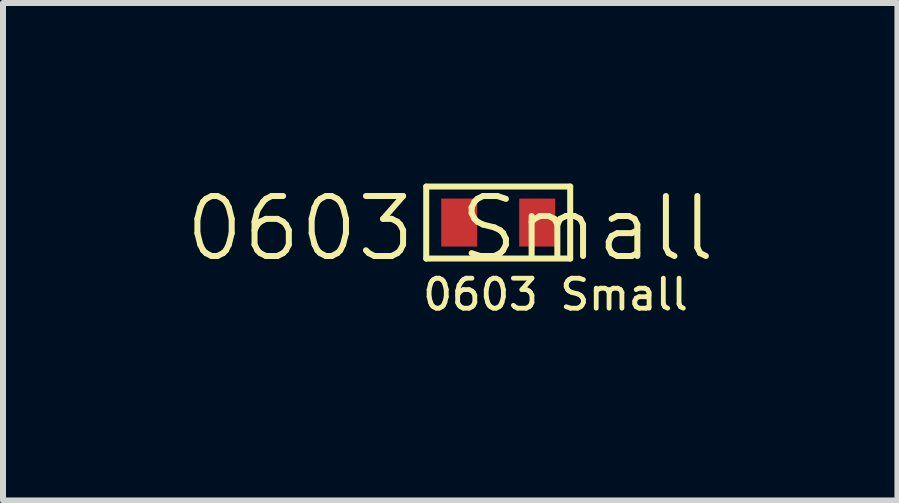
<source format=kicad_pcb>
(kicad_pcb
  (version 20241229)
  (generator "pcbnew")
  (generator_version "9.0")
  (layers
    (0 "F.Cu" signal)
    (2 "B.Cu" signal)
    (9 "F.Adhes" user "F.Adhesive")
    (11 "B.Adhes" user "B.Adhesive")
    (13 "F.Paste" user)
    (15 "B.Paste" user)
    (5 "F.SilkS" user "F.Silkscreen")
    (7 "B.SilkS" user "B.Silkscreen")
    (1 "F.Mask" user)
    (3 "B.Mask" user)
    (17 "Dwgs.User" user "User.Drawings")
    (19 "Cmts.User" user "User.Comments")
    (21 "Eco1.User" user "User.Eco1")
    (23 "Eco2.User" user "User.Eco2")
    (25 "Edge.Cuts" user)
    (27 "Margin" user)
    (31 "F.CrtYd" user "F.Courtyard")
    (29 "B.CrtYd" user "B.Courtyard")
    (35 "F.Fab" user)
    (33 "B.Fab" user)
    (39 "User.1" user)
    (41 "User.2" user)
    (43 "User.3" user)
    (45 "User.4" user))
  (footprint "0603 Small"
    (layer "F.Cu")
    (at 4.455 1.06)
    (property "Reference" "0603 Small" (at 0 -0.3 0) (unlocked yes) (layer "F.SilkS") (effects (font (size 1 1) (thickness 0.1))))
    (attr smd)
    (fp_line (start -0.4 -1) (end -0.4 0.2) (stroke (width 0.1) (type default)) (layer "F.SilkS"))
    (fp_line (start -0.4 0.2) (end 2 0.2) (stroke (width 0.1) (type default)) (layer "F.SilkS"))
    (fp_line (start 2 -1) (end -0.4 -1) (stroke (width 0.1) (type default)) (layer "F.SilkS"))
    (fp_line (start 2 0.2) (end 2 -1) (stroke (width 0.1) (type default)) (layer "F.SilkS"))
    (fp_text user "${REFERENCE}" (at -0.5 0.8 0) (unlocked yes) (layer "F.SilkS") (effects (font (size 0.5 0.5) (thickness 0.08)) (justify left)))
    (pad "1" smd rect (at 0.15 -0.4) (size 0.6 0.8) (layers "F.Cu" "F.Mask" "F.Paste"))
    (pad "2" smd rect (at 1.45 -0.4) (size 0.6 0.8) (layers "F.Cu" "F.Mask" "F.Paste")))
  (gr_rect
    (start -3 -3)
    (end 11.91 5.293)
    (stroke (width 0.1) (type default))
    (fill no)
    (layer "Edge.Cuts")))
</source>
